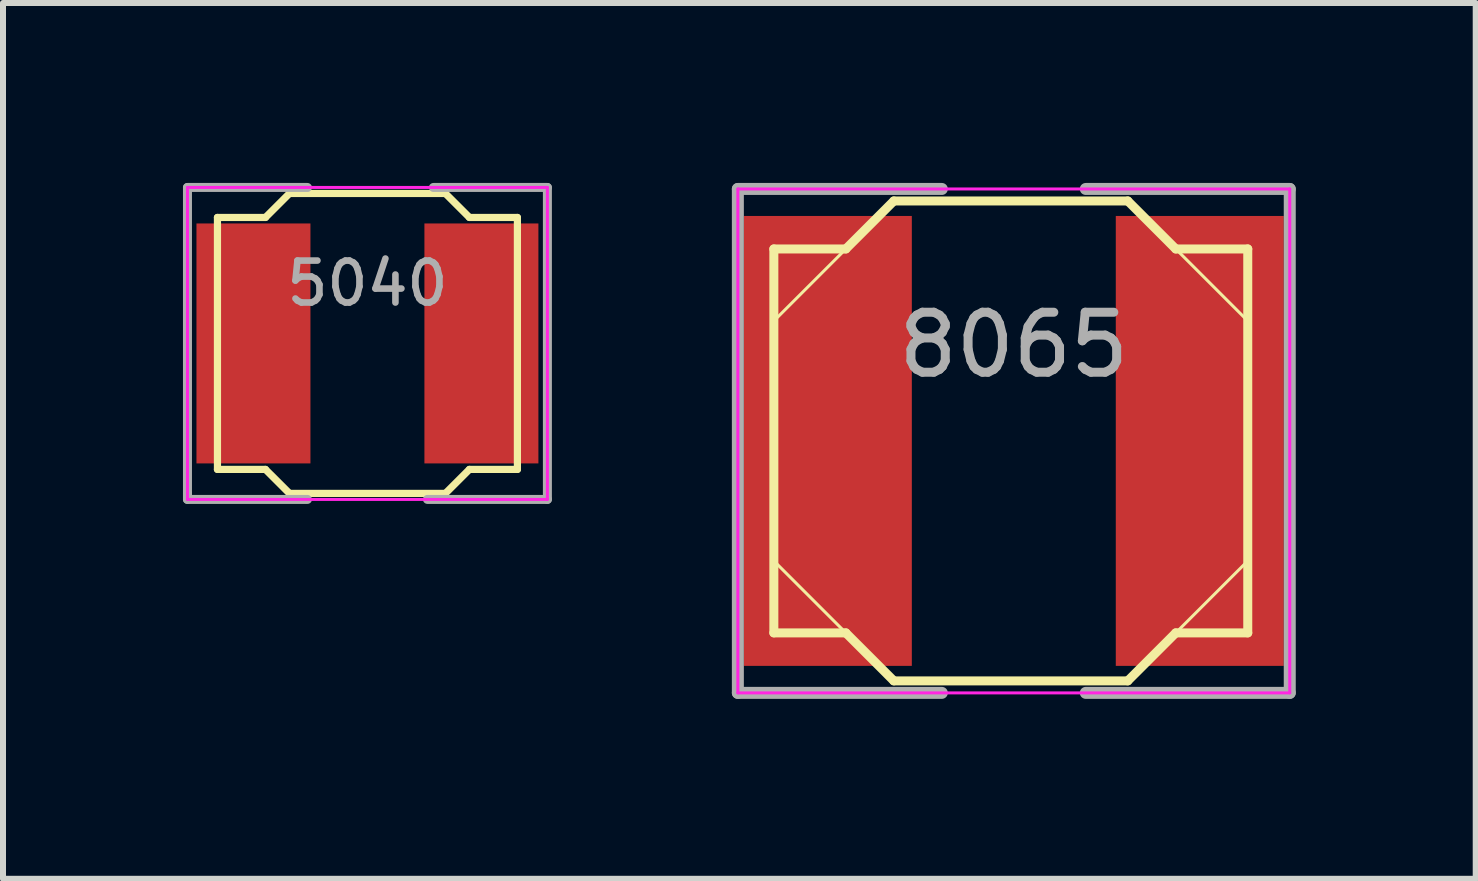
<source format=kicad_pcb>
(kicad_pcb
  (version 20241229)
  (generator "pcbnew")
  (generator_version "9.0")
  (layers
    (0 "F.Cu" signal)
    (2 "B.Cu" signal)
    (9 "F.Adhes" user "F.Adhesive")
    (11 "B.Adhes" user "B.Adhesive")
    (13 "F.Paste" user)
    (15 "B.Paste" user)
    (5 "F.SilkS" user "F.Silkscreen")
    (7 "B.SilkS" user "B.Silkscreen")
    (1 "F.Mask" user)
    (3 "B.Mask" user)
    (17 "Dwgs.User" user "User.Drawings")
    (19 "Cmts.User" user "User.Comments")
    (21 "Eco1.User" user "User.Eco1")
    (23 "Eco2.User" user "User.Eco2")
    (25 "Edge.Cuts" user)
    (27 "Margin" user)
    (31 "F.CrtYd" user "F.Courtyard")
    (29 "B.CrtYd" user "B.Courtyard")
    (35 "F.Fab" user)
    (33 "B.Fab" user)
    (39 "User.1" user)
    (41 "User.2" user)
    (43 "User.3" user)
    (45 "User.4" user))
  (footprint "5040"
    (layer "F.Cu")
    (at 3.075 2.675)
    (property "Reference" "5040" (at 0 -1 0) (layer "F.Fab") (effects (font (size 0.7 0.7) (thickness 0.11))))
    (attr through_hole)
    (fp_line (start -2.5 -2.1) (end -1.7 -2.1) (stroke (width 0.12) (type solid)) (layer "F.SilkS"))
    (fp_line (start -2.5 2.1) (end -2.5 -2.1) (stroke (width 0.12) (type solid)) (layer "F.SilkS"))
    (fp_line (start -1.7 -2.1) (end -1.3 -2.5) (stroke (width 0.12) (type solid)) (layer "F.SilkS"))
    (fp_line (start -1.7 2.1) (end -2.5 2.1) (stroke (width 0.12) (type solid)) (layer "F.SilkS"))
    (fp_line (start -1.7 2.1) (end -1.3 2.5) (stroke (width 0.12) (type solid)) (layer "F.SilkS"))
    (fp_line (start -1.3 -2.5) (end 1.3 -2.5) (stroke (width 0.12) (type solid)) (layer "F.SilkS"))
    (fp_line (start 1.3 2.5) (end -1.3 2.5) (stroke (width 0.12) (type solid)) (layer "F.SilkS"))
    (fp_line (start 1.7 -2.1) (end 1.3 -2.5) (stroke (width 0.12) (type solid)) (layer "F.SilkS"))
    (fp_line (start 1.7 -2.1) (end 2.5 -2.1) (stroke (width 0.12) (type solid)) (layer "F.SilkS"))
    (fp_line (start 1.7 2.1) (end 1.3 2.5) (stroke (width 0.12) (type solid)) (layer "F.SilkS"))
    (fp_line (start 2.5 2.1) (end 1.7 2.1) (stroke (width 0.12) (type solid)) (layer "F.SilkS"))
    (fp_line (start 2.5 2.1) (end 2.5 -2.1) (stroke (width 0.12) (type solid)) (layer "F.SilkS"))
    (fp_line (start -3 -2.6) (end 3 -2.6) (stroke (width 0.05) (type solid)) (layer "F.CrtYd"))
    (fp_line (start -3 2.6) (end -3 -2.6) (stroke (width 0.05) (type solid)) (layer "F.CrtYd"))
    (fp_line (start 3 -2.6) (end 3 2.6) (stroke (width 0.05) (type solid)) (layer "F.CrtYd"))
    (fp_line (start 3 2.6) (end -3 2.6) (stroke (width 0.05) (type solid)) (layer "F.CrtYd"))
    (fp_line (start -3 -2.6) (end -3 2.5) (stroke (width 0.15) (type solid)) (layer "F.Fab"))
    (fp_line (start -3 2.5) (end -3 2.6) (stroke (width 0.15) (type solid)) (layer "F.Fab"))
    (fp_line (start -3 2.6) (end -1 2.6) (stroke (width 0.15) (type solid)) (layer "F.Fab"))
    (fp_line (start -1 -2.6) (end -3 -2.6) (stroke (width 0.15) (type solid)) (layer "F.Fab"))
    (fp_line (start 1 2.6) (end 3 2.6) (stroke (width 0.15) (type solid)) (layer "F.Fab"))
    (fp_line (start 3 -2.6) (end 1.1 -2.6) (stroke (width 0.15) (type solid)) (layer "F.Fab"))
    (fp_line (start 3 2.6) (end 3 -2.6) (stroke (width 0.15) (type solid)) (layer "F.Fab"))
    (pad "1" smd rect (at -1.9 0 90) (size 4 1.9) (layers "F.Cu" "F.Mask" "F.Paste"))
    (pad "2" smd rect (at 1.9 0 90) (size 4 1.9) (layers "F.Cu" "F.Mask" "F.Paste")))
  (footprint "8065"
    (layer "F.Cu")
    (at 13.85 4.3)
    (property "Reference" "8065" (at 0 -1.6 0) (layer "F.Fab") (effects (font (size 1 1) (thickness 0.15))))
    (attr through_hole)
    (fp_line (start -4 -3.2) (end -4 3.2) (stroke (width 0.15) (type solid)) (layer "F.SilkS"))
    (fp_line (start -4 -3.2) (end -2.8 -3.2) (stroke (width 0.15) (type solid)) (layer "F.SilkS"))
    (fp_line (start -4 2) (end -2.8 3.2) (stroke (width 0.05) (type solid)) (layer "F.SilkS"))
    (fp_line (start -4 3.2) (end -2.8 3.2) (stroke (width 0.15) (type solid)) (layer "F.SilkS"))
    (fp_line (start -2.8 -3.2) (end -4 -2) (stroke (width 0.05) (type solid)) (layer "F.SilkS"))
    (fp_line (start -2.8 -3.2) (end -2 -4) (stroke (width 0.15) (type solid)) (layer "F.SilkS"))
    (fp_line (start -2.8 3.2) (end -2 4) (stroke (width 0.15) (type solid)) (layer "F.SilkS"))
    (fp_line (start -2 -4) (end 1.9 -4) (stroke (width 0.15) (type solid)) (layer "F.SilkS"))
    (fp_line (start -2 4) (end 1.9 4) (stroke (width 0.15) (type solid)) (layer "F.SilkS"))
    (fp_line (start 2.7 -3.2) (end 1.9 -4) (stroke (width 0.15) (type solid)) (layer "F.SilkS"))
    (fp_line (start 2.7 -3.2) (end 3.9 -2) (stroke (width 0.05) (type solid)) (layer "F.SilkS"))
    (fp_line (start 2.7 3.2) (end 1.9 4) (stroke (width 0.15) (type solid)) (layer "F.SilkS"))
    (fp_line (start 3.9 -3.2) (end 2.7 -3.2) (stroke (width 0.15) (type solid)) (layer "F.SilkS"))
    (fp_line (start 3.9 2) (end 2.7 3.2) (stroke (width 0.05) (type solid)) (layer "F.SilkS"))
    (fp_line (start 3.9 3.2) (end 2.7 3.2) (stroke (width 0.15) (type solid)) (layer "F.SilkS"))
    (fp_line (start 3.9 3.2) (end 3.9 -3.2) (stroke (width 0.15) (type solid)) (layer "F.SilkS"))
    (fp_line (start -4.6 -4.2) (end -4.6 4.2) (stroke (width 0.05) (type solid)) (layer "F.CrtYd"))
    (fp_line (start -4.6 4.2) (end 4.6 4.2) (stroke (width 0.05) (type solid)) (layer "F.CrtYd"))
    (fp_line (start 4.6 -4.2) (end -4.6 -4.2) (stroke (width 0.05) (type solid)) (layer "F.CrtYd"))
    (fp_line (start 4.6 4.2) (end 4.6 -4.2) (stroke (width 0.05) (type solid)) (layer "F.CrtYd"))
    (fp_line (start -4.6 -4.2) (end -4.6 4.2) (stroke (width 0.2) (type solid)) (layer "F.Fab"))
    (fp_line (start -4.6 4.2) (end -1.2 4.2) (stroke (width 0.2) (type solid)) (layer "F.Fab"))
    (fp_line (start -1.2 -4.2) (end -4.6 -4.2) (stroke (width 0.2) (type solid)) (layer "F.Fab"))
    (fp_line (start 1.2 4.2) (end 4.6 4.2) (stroke (width 0.2) (type solid)) (layer "F.Fab"))
    (fp_line (start 4.6 -4.2) (end 1.2 -4.2) (stroke (width 0.2) (type solid)) (layer "F.Fab"))
    (fp_line (start 4.6 4.2) (end 4.6 -4.2) (stroke (width 0.2) (type solid)) (layer "F.Fab"))
    (pad "1" smd rect (at -3.1 0 90) (size 7.5 2.8) (layers "F.Cu" "F.Mask" "F.Paste"))
    (pad "2" smd rect (at 3.1 0 90) (size 7.5 2.8) (layers "F.Cu" "F.Mask" "F.Paste")))
  (gr_rect
    (start -3 -3)
    (end 21.55 11.6)
    (stroke (width 0.1) (type default))
    (fill no)
    (layer "Edge.Cuts")))
</source>
